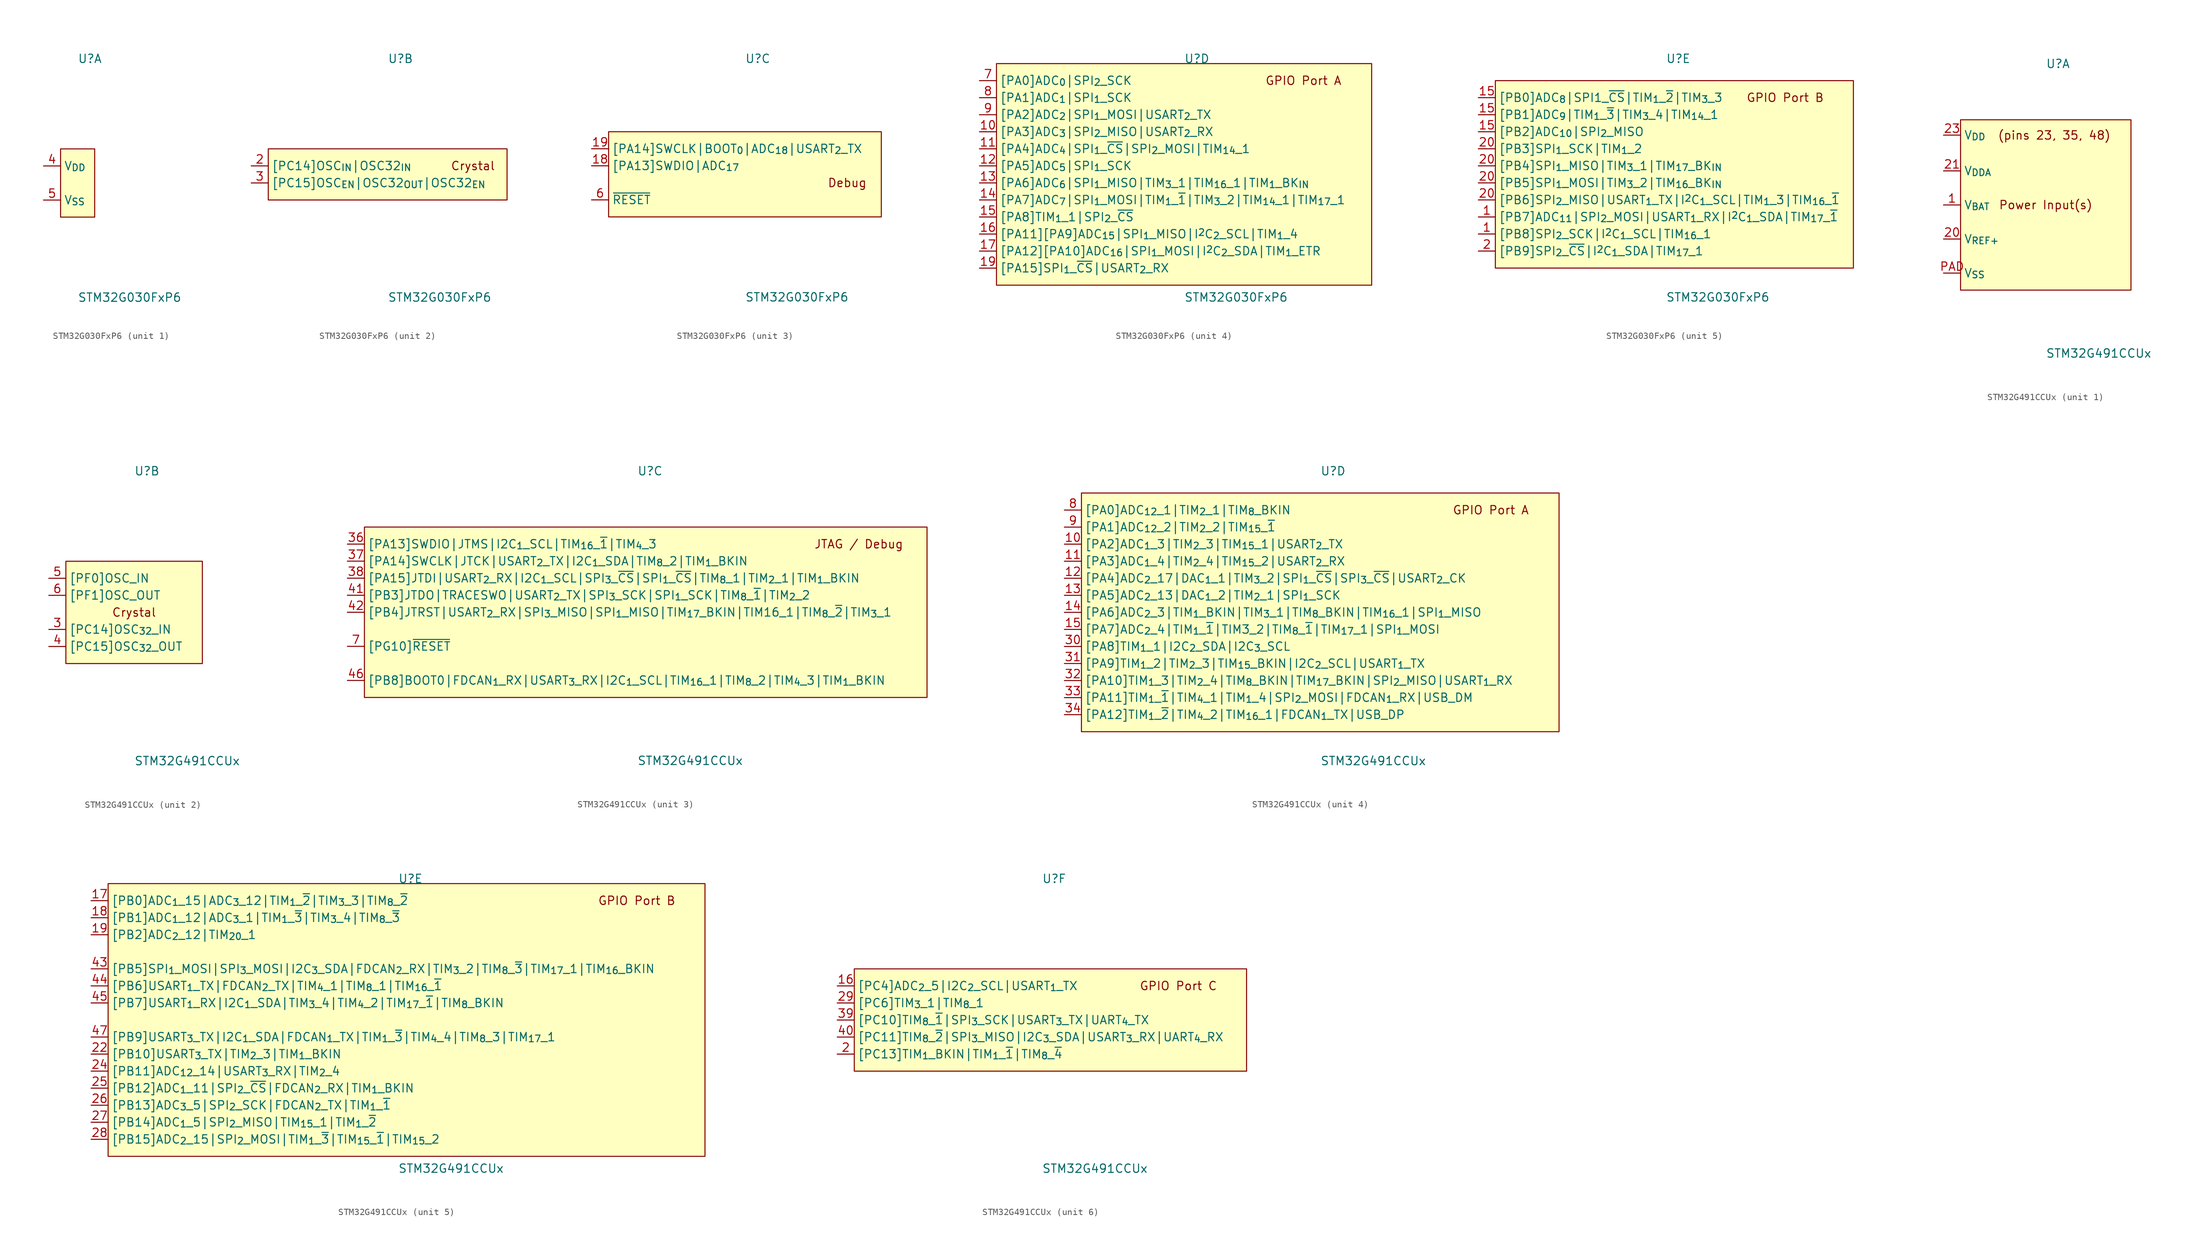
<source format=kicad_sym>
(kicad_symbol_lib
  (version 20211014)
  (generator kicad_symbol_editor)
  (symbol "STM32G030FxP6"
    (pin_names
      (offset 0.5))
    (property "Reference" "U"
      (at 0 17.78 0)
      (effects (font (size 1.25 1.25)) (justify left bottom)))
    (property "Value" "STM32G030FxP6"
      (at 0 -17.78 0)
      (effects (font (size 1.25 1.25)) (justify left bottom)))
    (property "ki_locked" ""
      (at 0 0 0)
      (effects (font (size 1.27 1.27))))
    (symbol "STM32G030FxP6_1_1"
      (rectangle (start -2.54 5.08) (end 2.54 -5.08) (stroke (width 0) (type default) (color 0 0 0 0)) (fill (type background)))
      (pin power_in line (at -5.08 2.54 0) (length 2.54) (name "V_{DD}" (effects (font (size 1.25 1.25)))) (number "4" (effects (font (size 1.25 1.25)))))
      (pin power_in line (at -5.08 -2.54 0) (length 2.54) (name "V_{SS}" (effects (font (size 1.25 1.25)))) (number "5" (effects (font (size 1.25 1.25))))))
    (symbol "STM32G030FxP6_2_1"
      (rectangle (start -17.78 5.08) (end 17.78 -2.54) (stroke (width 0) (type default) (color 0 0 0 0)) (fill (type background)))
      (text "Crystal" (at 12.7 2.54 0) (effects (font (size 1.25 1.25))))
      (pin input line (at -20.32 2.54 0) (length 2.54) (name "[PC14]OSC_{IN}|OSC32_{IN}" (effects (font (size 1.25 1.25)))) (number "2" (effects (font (size 1.25 1.25)))))
      (pin output line (at -20.32 0 0) (length 2.54) (name "[PC15]OSC_{EN}|OSC32_{OUT}|OSC32_{EN}" (effects (font (size 1.25 1.25)))) (number "3" (effects (font (size 1.25 1.25))))))
    (symbol "STM32G030FxP6_3_1"
      (rectangle (start -20.32 7.62) (end 20.32 -5.08) (stroke (width 0) (type default) (color 0 0 0 0)) (fill (type background)))
      (text "Debug" (at 15.24 0 0) (effects (font (size 1.25 1.25))))
      (pin bidirectional line (at -22.86 2.54 0) (length 2.54) (name "[PA13]SWDIO|ADC_{17}" (effects (font (size 1.25 1.25)))) (number "18" (effects (font (size 1.25 1.25)))))
      (pin bidirectional line (at -22.86 5.08 0) (length 2.54) (name "[PA14]SWCLK|BOOT_{0}|ADC_{18}|USART_{2}_TX" (effects (font (size 1.25 1.25)))) (number "19" (effects (font (size 1.25 1.25)))))
      (pin input line (at -22.86 -2.54 0) (length 2.54) (name "~{RESET}" (effects (font (size 1.25 1.25)))) (number "6" (effects (font (size 1.25 1.25))))))
    (symbol "STM32G030FxP6_4_1"
      (rectangle (start -27.94 17.78) (end 27.94 -15.24) (stroke (width 0) (type default) (color 0 0 0 0)) (fill (type background)))
      (text "GPIO Port A" (at 17.78 15.24 0) (effects (font (size 1.25 1.25))))
      (pin bidirectional line (at -30.48 7.62 0) (length 2.54) (name "[PA3]ADC_{3}|SPI_{2}_MISO|USART_{2}_RX" (effects (font (size 1.25 1.25)))) (number "10" (effects (font (size 1.25 1.25)))))
      (pin bidirectional line (at -30.48 5.08 0) (length 2.54) (name "[PA4]ADC_{4}|SPI_{1}_~{CS}|SPI_{2}_MOSI|TIM_{14}_1" (effects (font (size 1.25 1.25)))) (number "11" (effects (font (size 1.25 1.25)))))
      (pin bidirectional line (at -30.48 2.54 0) (length 2.54) (name "[PA5]ADC_{5}|SPI_{1}_SCK" (effects (font (size 1.25 1.25)))) (number "12" (effects (font (size 1.25 1.25)))))
      (pin bidirectional line (at -30.48 0 0) (length 2.54) (name "[PA6]ADC_{6}|SPI_{1}_MISO|TIM_{3}_1|TIM_{16}_1|TIM_{1}_BK_{IN}" (effects (font (size 1.25 1.25)))) (number "13" (effects (font (size 1.25 1.25)))))
      (pin bidirectional line (at -30.48 -2.54 0) (length 2.54) (name "[PA7]ADC_{7}|SPI_{1}_MOSI|TIM_{1}_~{1}|TIM_{3}_2|TIM_{14}_1|TIM_{17}_1" (effects (font (size 1.25 1.25)))) (number "14" (effects (font (size 1.25 1.25)))))
      (pin bidirectional line (at -30.48 -5.08 0) (length 2.54) (name "[PA8]TIM_{1}_1|SPI_{2}_~{CS}" (effects (font (size 1.25 1.25)))) (number "15" (effects (font (size 1.25 1.25)))))
      (pin bidirectional line (at -30.48 -7.62 0) (length 2.54) (name "[PA11][PA9]ADC_{15}|SPI_{1}_MISO|I^{2}C_{2}_SCL|TIM_{1}_4" (effects (font (size 1.25 1.25)))) (number "16" (effects (font (size 1.25 1.25)))))
      (pin bidirectional line (at -30.48 -10.16 0) (length 2.54) (name "[PA12][PA10]ADC_{16}|SPI_{1}_MOSI|I^{2}C_{2}_SDA|TIM_{1}_ETR" (effects (font (size 1.25 1.25)))) (number "17" (effects (font (size 1.25 1.25)))))
      (pin bidirectional line (at -30.48 -12.7 0) (length 2.54) (name "[PA15]SPI_{1}_~{CS}|USART_{2}_RX" (effects (font (size 1.25 1.25)))) (number "19" (effects (font (size 1.25 1.25)))))
      (pin bidirectional line (at -30.48 15.24 0) (length 2.54) (name "[PA0]ADC_{0}|SPI_{2}_SCK" (effects (font (size 1.25 1.25)))) (number "7" (effects (font (size 1.25 1.25)))))
      (pin bidirectional line (at -30.48 12.7 0) (length 2.54) (name "[PA1]ADC_{1}|SPI_{1}_SCK" (effects (font (size 1.25 1.25)))) (number "8" (effects (font (size 1.25 1.25)))))
      (pin bidirectional line (at -30.48 10.16 0) (length 2.54) (name "[PA2]ADC_{2}|SPI_{1}_MOSI|USART_{2}_TX" (effects (font (size 1.25 1.25)))) (number "9" (effects (font (size 1.25 1.25))))))
    (symbol "STM32G030FxP6_5_1"
      (rectangle (start -25.4 15.24) (end 27.94 -12.7) (stroke (width 0) (type default) (color 0 0 0 0)) (fill (type background)))
      (text "GPIO Port B" (at 17.78 12.7 0) (effects (font (size 1.25 1.25))))
      (pin bidirectional line (at -27.94 -5.08 0) (length 2.54) (name "[PB7]ADC_{11}|SPI_{2}_MOSI|USART_{1}_RX|I^{2}C_{1}_SDA|TIM_{17}_~{1}" (effects (font (size 1.25 1.25)))) (number "1" (effects (font (size 1.25 1.25)))))
      (pin bidirectional line (at -27.94 -7.62 0) (length 2.54) (name "[PB8]SPI_{2}_SCK|I^{2}C_{1}_SCL|TIM_{16}_1" (effects (font (size 1.25 1.25)))) (number "1" (effects (font (size 1.25 1.25)))))
      (pin bidirectional line (at -27.94 12.7 0) (length 2.54) (name "[PB0]ADC_{8}|SPI1_~{CS}|TIM_{1}_~{2}|TIM_{3}_3" (effects (font (size 1.25 1.25)))) (number "15" (effects (font (size 1.25 1.25)))))
      (pin bidirectional line (at -27.94 10.16 0) (length 2.54) (name "[PB1]ADC_{9}|TIM_{1}_~{3}|TIM_{3}_4|TIM_{14}_1" (effects (font (size 1.25 1.25)))) (number "15" (effects (font (size 1.25 1.25)))))
      (pin bidirectional line (at -27.94 7.62 0) (length 2.54) (name "[PB2]ADC_{10}|SPI_{2}_MISO" (effects (font (size 1.25 1.25)))) (number "15" (effects (font (size 1.25 1.25)))))
      (pin bidirectional line (at -27.94 -10.16 0) (length 2.54) (name "[PB9]SPI_{2}_~{CS}|I^{2}C_{1}_SDA|TIM_{17}_1" (effects (font (size 1.25 1.25)))) (number "2" (effects (font (size 1.25 1.25)))))
      (pin bidirectional line (at -27.94 5.08 0) (length 2.54) (name "[PB3]SPI_{1}_SCK|TIM_{1}_2" (effects (font (size 1.25 1.25)))) (number "20" (effects (font (size 1.25 1.25)))))
      (pin bidirectional line (at -27.94 2.54 0) (length 2.54) (name "[PB4]SPI_{1}_MISO|TIM_{3}_1|TIM_{17}_BK_{IN}" (effects (font (size 1.25 1.25)))) (number "20" (effects (font (size 1.25 1.25)))))
      (pin bidirectional line (at -27.94 0 0) (length 2.54) (name "[PB5]SPI_{1}_MOSI|TIM_{3}_2|TIM_{16}_BK_{IN}" (effects (font (size 1.25 1.25)))) (number "20" (effects (font (size 1.25 1.25)))))
      (pin bidirectional line (at -27.94 -2.54 0) (length 2.54) (name "[PB6]SPI_{2}_MISO|USART_{1}_TX|I^{2}C_{1}_SCL|TIM_{1}_3|TIM_{16}_~{1}" (effects (font (size 1.25 1.25)))) (number "20" (effects (font (size 1.25 1.25)))))))
  (symbol "STM32G491CCUx"
    (pin_names
      (offset 0.5))
    (property "Reference" "U"
      (at 0 20.32 0)
      (effects (font (size 1.25 1.25)) (justify left bottom)))
    (property "Value" "STM32G491CCUx"
      (at 0 -22.86 0)
      (effects (font (size 1.25 1.25)) (justify left bottom)))
    (property "ki_locked" ""
      (at 0 0 0)
      (effects (font (size 1.27 1.27))))
    (symbol "STM32G491CCUx_1_0"
      (text "(pins 23, 35, 48)" (at 1.27 10.384 0) (effects (font (size 1.25 1.25)))))
    (symbol "STM32G491CCUx_1_1"
      (rectangle (start -12.7 12.7) (end 12.7 -12.7) (stroke (width 0) (type default) (color 0 0 0 0)) (fill (type background)))
      (text "Power Input(s)" (at 0 0 0) (effects (font (size 1.25 1.25))))
      (pin power_in line (at -15.24 0 0) (length 2.54) (name "V_{BAT}" (effects (font (size 1.25 1.25)))) (number "1" (effects (font (size 1.25 1.25)))))
      (pin power_in line (at -15.24 -5.08 0) (length 2.54) (name "V_{REF+}" (effects (font (size 1.25 1.25)))) (number "20" (effects (font (size 1.25 1.25)))))
      (pin power_in line (at -15.24 5.08 0) (length 2.54) (name "V_{DDA}" (effects (font (size 1.25 1.25)))) (number "21" (effects (font (size 1.25 1.25)))))
      (pin power_in line (at -15.24 10.414 0) (length 2.54) (name "V_{DD}" (effects (font (size 1.25 1.25)))) (number "23" (effects (font (size 1.25 1.25)))))
      (pin power_in line (at -15.24 10.414 0) (length 2.54) hide (name "V_{DD}" (effects (font (size 1.25 1.25)))) (number "35" (effects (font (size 1.25 1.25)))))
      (pin power_in line (at -15.24 10.414 0) (length 2.54) hide (name "V_{DD}" (effects (font (size 1.25 1.25)))) (number "48" (effects (font (size 1.25 1.25)))))
      (pin power_in line (at -15.24 -10.16 0) (length 2.54) (name "V_{SS}" (effects (font (size 1.25 1.25)))) (number "PAD" (effects (font (size 1.25 1.25))))))
    (symbol "STM32G491CCUx_2_1"
      (rectangle (start -10.16 7.62) (end 10.16 -7.62) (stroke (width 0) (type default) (color 0 0 0 0)) (fill (type background)))
      (text "Crystal" (at 0 0 0) (effects (font (size 1.25 1.25))))
      (pin bidirectional line (at -12.7 -2.54 0) (length 2.54) (name "[PC14]OSC_{32}_IN" (effects (font (size 1.25 1.25)))) (number "3" (effects (font (size 1.25 1.25)))))
      (pin bidirectional line (at -12.7 -5.08 0) (length 2.54) (name "[PC15]OSC_{32}_OUT" (effects (font (size 1.25 1.25)))) (number "4" (effects (font (size 1.25 1.25)))))
      (pin bidirectional line (at -12.7 5.08 0) (length 2.54) (name "[PF0]OSC_IN" (effects (font (size 1.25 1.25)))) (number "5" (effects (font (size 1.25 1.25)))))
      (pin bidirectional line (at -12.7 2.54 0) (length 2.54) (name "[PF1]OSC_OUT" (effects (font (size 1.25 1.25)))) (number "6" (effects (font (size 1.25 1.25))))))
    (symbol "STM32G491CCUx_3_1"
      (rectangle (start -40.64 -12.7) (end 43.18 12.7) (stroke (width 0) (type default) (color 0 0 0 0)) (fill (type background)))
      (text "JTAG / Debug" (at 33.02 10.16 0) (effects (font (size 1.25 1.25))))
      (pin bidirectional line (at -43.18 10.16 0) (length 2.54) (name "[PA13]SWDIO|JTMS|I2C_{1}_SCL|TIM_{16}_~{1}|TIM_{4}_3" (effects (font (size 1.25 1.25)))) (number "36" (effects (font (size 1.25 1.25)))))
      (pin bidirectional line (at -43.18 7.62 0) (length 2.54) (name "[PA14]SWCLK|JTCK|USART_{2}_TX|I2C_{1}_SDA|TIM_{8}_2|TIM_{1}_BKIN" (effects (font (size 1.25 1.25)))) (number "37" (effects (font (size 1.25 1.25)))))
      (pin bidirectional line (at -43.18 5.08 0) (length 2.54) (name "[PA15]JTDI|USART_{2}_RX|I2C_{1}_SCL|SPI_{3}_~{CS}|SPI_{1}_~{CS}|TIM_{8}_1|TIM_{2}_1|TIM_{1}_BKIN" (effects (font (size 1.25 1.25)))) (number "38" (effects (font (size 1.25 1.25)))))
      (pin bidirectional line (at -43.18 2.54 0) (length 2.54) (name "[PB3]JTDO|TRACESWO|USART_{2}_TX|SPI_{3}_SCK|SPI_{1}_SCK|TIM_{8}_~{1}|TIM_{2}_2" (effects (font (size 1.25 1.25)))) (number "41" (effects (font (size 1.25 1.25)))))
      (pin bidirectional line (at -43.18 0 0) (length 2.54) (name "[PB4]JTRST|USART_{2}_RX|SPI_{3}_MISO|SPI_{1}_MISO|TIM_{17}_BKIN|TIM16_1|TIM_{8}_~{2}|TIM_{3}_1" (effects (font (size 1.25 1.25)))) (number "42" (effects (font (size 1.25 1.25)))))
      (pin bidirectional line (at -43.18 -10.16 0) (length 2.54) (name "[PB8]BOOT0|FDCAN_{1}_RX|USART_{3}_RX|I2C_{1}_SCL|TIM_{16}_1|TIM_{8}_2|TIM_{4}_3|TIM_{1}_BKIN" (effects (font (size 1.25 1.25)))) (number "46" (effects (font (size 1.25 1.25)))))
      (pin bidirectional line (at -43.18 -5.08 0) (length 2.54) (name "[PG10]~{RESET}" (effects (font (size 1.25 1.25)))) (number "7" (effects (font (size 1.25 1.25))))))
    (symbol "STM32G491CCUx_4_1"
      (rectangle (start -35.56 17.78) (end 35.56 -17.78) (stroke (width 0) (type default) (color 0 0 0 0)) (fill (type background)))
      (text "GPIO Port A" (at 25.4 15.24 0) (effects (font (size 1.25 1.25))))
      (pin bidirectional line (at -38.1 10.16 0) (length 2.54) (name "[PA2]ADC_{1}_3|TIM_{2}_3|TIM_{15}_1|USART_{2}_TX" (effects (font (size 1.25 1.25)))) (number "10" (effects (font (size 1.25 1.25)))))
      (pin bidirectional line (at -38.1 7.62 0) (length 2.54) (name "[PA3]ADC_{1}_4|TIM_{2}_4|TIM_{15}_2|USART_{2}_RX" (effects (font (size 1.25 1.25)))) (number "11" (effects (font (size 1.25 1.25)))))
      (pin bidirectional line (at -38.1 5.08 0) (length 2.54) (name "[PA4]ADC_{2}_17|DAC_{1}_1|TIM_{3}_2|SPI_{1}_~{CS}|SPI_{3}_~{CS}|USART_{2}_CK" (effects (font (size 1.25 1.25)))) (number "12" (effects (font (size 1.25 1.25)))))
      (pin bidirectional line (at -38.1 2.54 0) (length 2.54) (name "[PA5]ADC_{2}_13|DAC_{1}_2|TIM_{2}_1|SPI_{1}_SCK" (effects (font (size 1.25 1.25)))) (number "13" (effects (font (size 1.25 1.25)))))
      (pin bidirectional line (at -38.1 0 0) (length 2.54) (name "[PA6]ADC_{2}_3|TIM_{1}_BKIN|TIM_{3}_1|TIM_{8}_BKIN|TIM_{16}_1|SPI_{1}_MISO" (effects (font (size 1.25 1.25)))) (number "14" (effects (font (size 1.25 1.25)))))
      (pin bidirectional line (at -38.1 -2.54 0) (length 2.54) (name "[PA7]ADC_{2}_4|TIM_{1}_~{1}|TIM3_2|TIM_{8}_~{1}|TIM_{17}_1|SPI_{1}_MOSI" (effects (font (size 1.25 1.25)))) (number "15" (effects (font (size 1.25 1.25)))))
      (pin bidirectional line (at -38.1 -5.08 0) (length 2.54) (name "[PA8]TIM_{1}_1|I2C_{2}_SDA|I2C_{3}_SCL" (effects (font (size 1.25 1.25)))) (number "30" (effects (font (size 1.25 1.25)))))
      (pin bidirectional line (at -38.1 -7.62 0) (length 2.54) (name "[PA9]TIM_{1}_2|TIM_{2}_3|TIM_{15}_BKIN|I2C_{2}_SCL|USART_{1}_TX" (effects (font (size 1.25 1.25)))) (number "31" (effects (font (size 1.25 1.25)))))
      (pin bidirectional line (at -38.1 -10.16 0) (length 2.54) (name "[PA10]TIM_{1}_3|TIM_{2}_4|TIM_{8}_BKIN|TIM_{17}_BKIN|SPI_{2}_MISO|USART_{1}_RX" (effects (font (size 1.25 1.25)))) (number "32" (effects (font (size 1.25 1.25)))))
      (pin bidirectional line (at -38.1 -12.7 0) (length 2.54) (name "[PA11]TIM_{1}_~{1}|TIM_{4}_1|TIM_{1}_4|SPI_{2}_MOSI|FDCAN_{1}_RX|USB_DM" (effects (font (size 1.25 1.25)))) (number "33" (effects (font (size 1.25 1.25)))))
      (pin bidirectional line (at -38.1 -15.24 0) (length 2.54) (name "[PA12]TIM_{1}_~{2}|TIM_{4}_2|TIM_{16}_1|FDCAN_{1}_TX|USB_DP" (effects (font (size 1.25 1.25)))) (number "34" (effects (font (size 1.25 1.25)))))
      (pin bidirectional line (at -38.1 15.24 0) (length 2.54) (name "[PA0]ADC_{12}_1|TIM_{2}_1|TIM_{8}_BKIN" (effects (font (size 1.25 1.25)))) (number "8" (effects (font (size 1.25 1.25)))))
      (pin bidirectional line (at -38.1 12.7 0) (length 2.54) (name "[PA1]ADC_{12}_2|TIM_{2}_2|TIM_{15}_~{1}" (effects (font (size 1.25 1.25)))) (number "9" (effects (font (size 1.25 1.25))))))
    (symbol "STM32G491CCUx_5_1"
      (rectangle (start -43.18 20.32) (end 45.72 -20.32) (stroke (width 0) (type default) (color 0 0 0 0)) (fill (type background)))
      (text "GPIO Port B" (at 35.56 17.78 0) (effects (font (size 1.25 1.25))))
      (pin bidirectional line (at -45.72 17.78 0) (length 2.54) (name "[PB0]ADC_{1}_15|ADC_{3}_12|TIM_{1}_~{2}|TIM_{3}_3|TIM_{8}_~{2}" (effects (font (size 1.25 1.25)))) (number "17" (effects (font (size 1.25 1.25)))))
      (pin bidirectional line (at -45.72 15.24 0) (length 2.54) (name "[PB1]ADC_{1}_12|ADC_{3}_1|TIM_{1}_~{3}|TIM_{3}_4|TIM_{8}_~{3}" (effects (font (size 1.25 1.25)))) (number "18" (effects (font (size 1.25 1.25)))))
      (pin bidirectional line (at -45.72 12.7 0) (length 2.54) (name "[PB2]ADC_{2}_12|TIM_{20}_1" (effects (font (size 1.25 1.25)))) (number "19" (effects (font (size 1.25 1.25)))))
      (pin bidirectional line (at -45.72 -5.08 0) (length 2.54) (name "[PB10]USART_{3}_TX|TIM_{2}_3|TIM_{1}_BKIN" (effects (font (size 1.25 1.25)))) (number "22" (effects (font (size 1.25 1.25)))))
      (pin bidirectional line (at -45.72 -7.62 0) (length 2.54) (name "[PB11]ADC_{12}_14|USART_{3}_RX|TIM_{2}_4" (effects (font (size 1.25 1.25)))) (number "24" (effects (font (size 1.25 1.25)))))
      (pin bidirectional line (at -45.72 -10.16 0) (length 2.54) (name "[PB12]ADC_{1}_11|SPI_{2}_~{CS}|FDCAN_{2}_RX|TIM_{1}_BKIN" (effects (font (size 1.25 1.25)))) (number "25" (effects (font (size 1.25 1.25)))))
      (pin bidirectional line (at -45.72 -12.7 0) (length 2.54) (name "[PB13]ADC_{3}_5|SPI_{2}_SCK|FDCAN_{2}_TX|TIM_{1}_~{1}" (effects (font (size 1.25 1.25)))) (number "26" (effects (font (size 1.25 1.25)))))
      (pin bidirectional line (at -45.72 -15.24 0) (length 2.54) (name "[PB14]ADC_{1}_5|SPI_{2}_MISO|TIM_{15}_1|TIM_{1}_~{2}" (effects (font (size 1.25 1.25)))) (number "27" (effects (font (size 1.25 1.25)))))
      (pin bidirectional line (at -45.72 -17.78 0) (length 2.54) (name "[PB15]ADC_{2}_15|SPI_{2}_MOSI|TIM_{1}_~{3}|TIM_{15}_~{1}|TIM_{15}_2" (effects (font (size 1.25 1.25)))) (number "28" (effects (font (size 1.25 1.25)))))
      (pin bidirectional line (at -45.72 7.62 0) (length 2.54) (name "[PB5]SPI_{1}_MOSI|SPI_{3}_MOSI|I2C_{3}_SDA|FDCAN_{2}_RX|TIM_{3}_2|TIM_{8}_~{3}|TIM_{17}_1|TIM_{16}_BKIN" (effects (font (size 1.25 1.25)))) (number "43" (effects (font (size 1.25 1.25)))))
      (pin bidirectional line (at -45.72 5.08 0) (length 2.54) (name "[PB6]USART_{1}_TX|FDCAN_{2}_TX|TIM_{4}_1|TIM_{8}_1|TIM_{16}_~{1}" (effects (font (size 1.25 1.25)))) (number "44" (effects (font (size 1.25 1.25)))))
      (pin bidirectional line (at -45.72 2.54 0) (length 2.54) (name "[PB7]USART_{1}_RX|I2C_{1}_SDA|TIM_{3}_4|TIM_{4}_2|TIM_{17}_~{1}|TIM_{8}_BKIN" (effects (font (size 1.25 1.25)))) (number "45" (effects (font (size 1.25 1.25)))))
      (pin bidirectional line (at -45.72 -2.54 0) (length 2.54) (name "[PB9]USART_{3}_TX|I2C_{1}_SDA|FDCAN_{1}_TX|TIM_{1}_~{3}|TIM_{4}_4|TIM_{8}_3|TIM_{17}_1" (effects (font (size 1.25 1.25)))) (number "47" (effects (font (size 1.25 1.25))))))
    (symbol "STM32G491CCUx_6_1"
      (rectangle (start -27.94 7.62) (end 30.48 -7.62) (stroke (width 0) (type default) (color 0 0 0 0)) (fill (type background)))
      (text "GPIO Port C" (at 20.32 5.08 0) (effects (font (size 1.25 1.25))))
      (pin bidirectional line (at -30.48 5.08 0) (length 2.54) (name "[PC4]ADC_{2}_5|I2C_{2}_SCL|USART_{1}_TX" (effects (font (size 1.25 1.25)))) (number "16" (effects (font (size 1.25 1.25)))))
      (pin bidirectional line (at -30.48 -5.08 0) (length 2.54) (name "[PC13]TIM_{1}_BKIN|TIM_{1}_~{1}|TIM_{8}_~{4}" (effects (font (size 1.25 1.25)))) (number "2" (effects (font (size 1.25 1.25)))))
      (pin bidirectional line (at -30.48 2.54 0) (length 2.54) (name "[PC6]TIM_{3}_1|TIM_{8}_1" (effects (font (size 1.25 1.25)))) (number "29" (effects (font (size 1.25 1.25)))))
      (pin bidirectional line (at -30.48 0 0) (length 2.54) (name "[PC10]TIM_{8}_~{1}|SPI_{3}_SCK|USART_{3}_TX|UART_{4}_TX" (effects (font (size 1.25 1.25)))) (number "39" (effects (font (size 1.25 1.25)))))
      (pin bidirectional line (at -30.48 -2.54 0) (length 2.54) (name "[PC11]TIM_{8}_~{2}|SPI_{3}_MISO|I2C_{3}_SDA|USART_{3}_RX|UART_{4}_RX" (effects (font (size 1.25 1.25)))) (number "40" (effects (font (size 1.25 1.25))))))))
</source>
